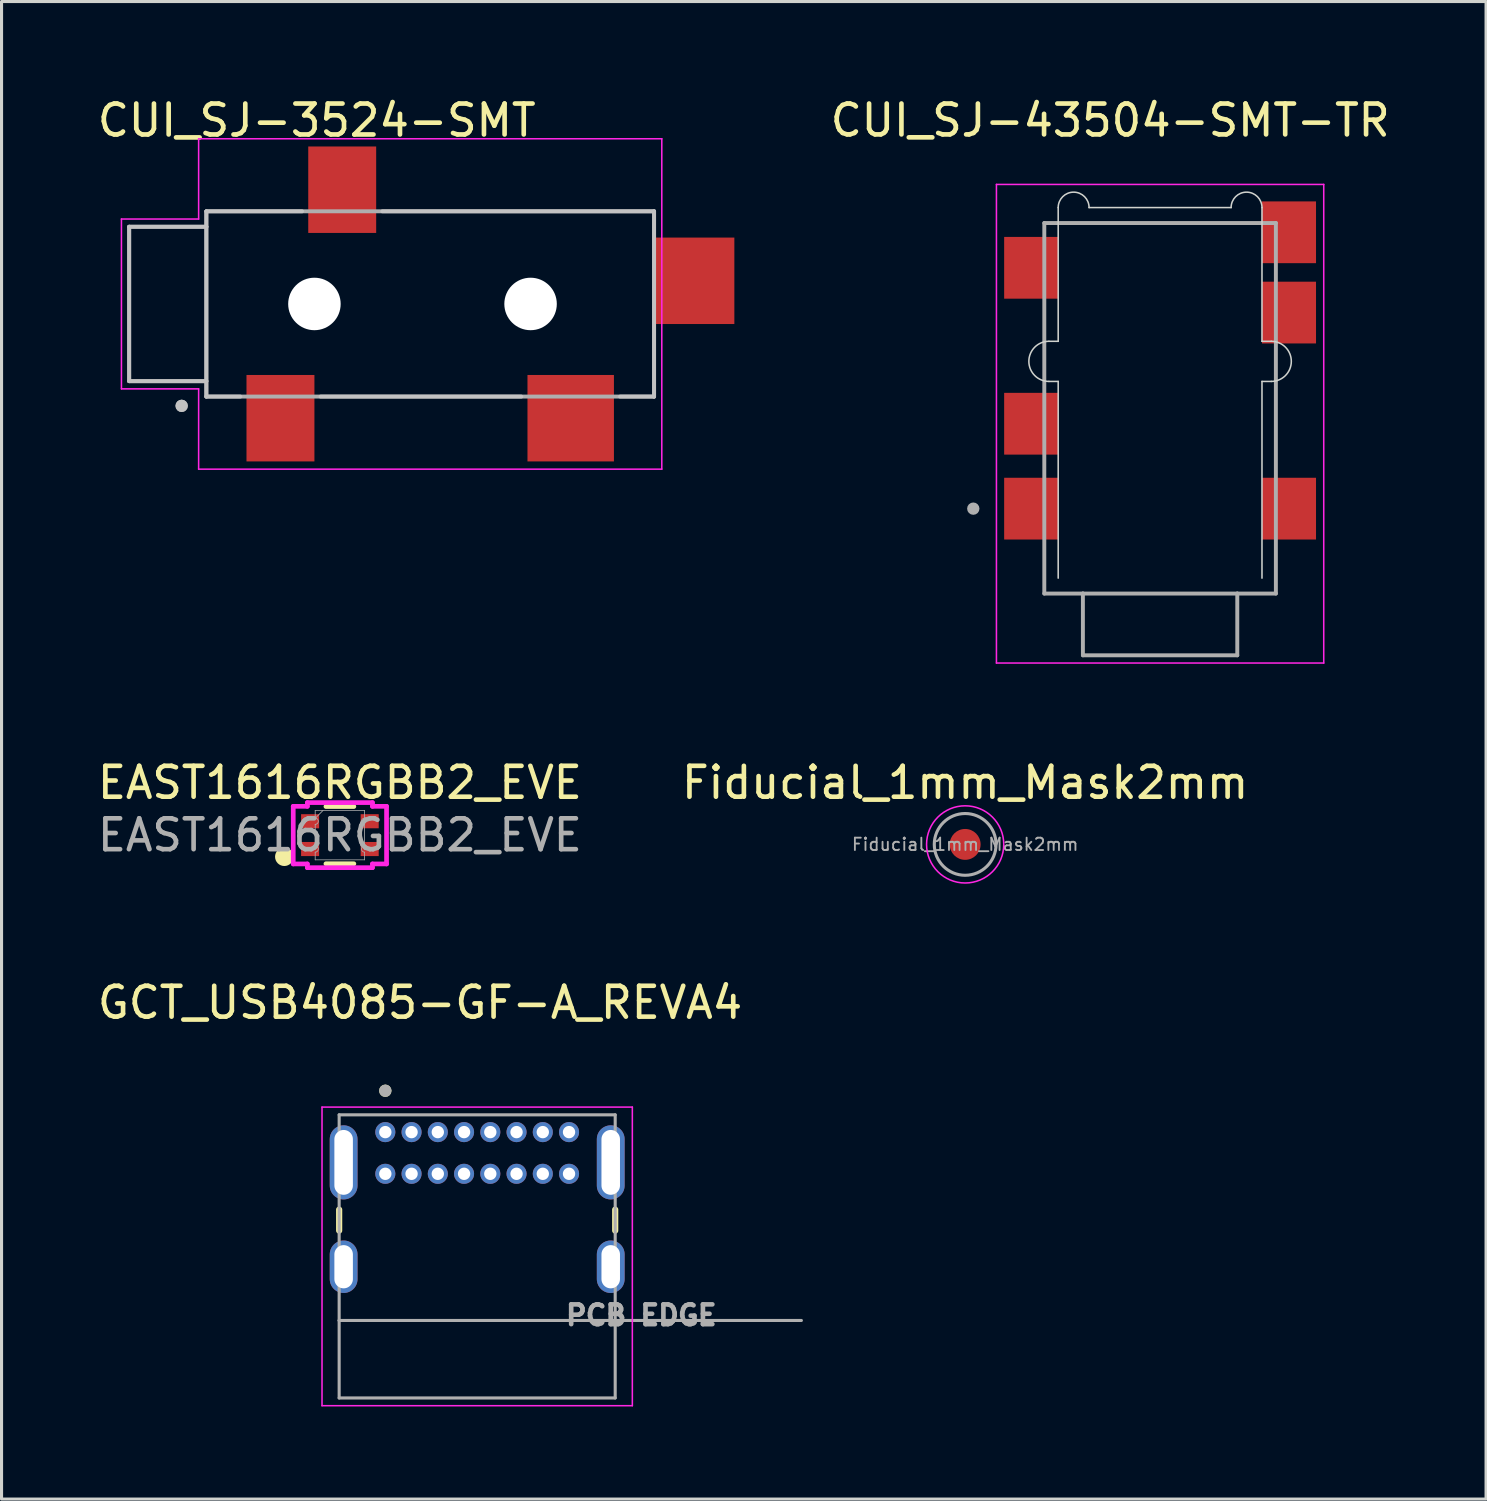
<source format=kicad_pcb>
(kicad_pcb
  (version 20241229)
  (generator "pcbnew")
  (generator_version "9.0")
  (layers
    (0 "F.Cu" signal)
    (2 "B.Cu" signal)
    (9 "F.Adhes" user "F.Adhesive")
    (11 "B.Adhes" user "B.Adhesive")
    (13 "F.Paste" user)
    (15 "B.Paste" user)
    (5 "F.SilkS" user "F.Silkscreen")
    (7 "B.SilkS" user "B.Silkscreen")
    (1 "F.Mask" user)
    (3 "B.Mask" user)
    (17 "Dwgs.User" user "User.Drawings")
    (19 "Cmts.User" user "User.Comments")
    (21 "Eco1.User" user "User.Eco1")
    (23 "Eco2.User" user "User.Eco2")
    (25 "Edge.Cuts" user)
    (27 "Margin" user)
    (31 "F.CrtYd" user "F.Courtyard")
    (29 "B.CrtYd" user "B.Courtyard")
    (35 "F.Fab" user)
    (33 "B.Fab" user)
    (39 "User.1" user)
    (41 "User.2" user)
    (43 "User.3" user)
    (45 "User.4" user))
  (footprint "Fiducial_1mm_Mask2mm"
    (layer "F.Cu")
    (at 28.208 24.297)
    (property "Reference" "Fiducial_1mm_Mask2mm" (at 0 -2 0) (layer "F.SilkS") (effects (font (size 1 1) (thickness 0.15))))
    (attr smd)
    (fp_circle (center 0 0) (end 1.25 0) (stroke (width 0.05) (type solid)) (fill no) (layer "F.CrtYd"))
    (fp_circle (center 0 0) (end 1 0) (stroke (width 0.1) (type solid)) (fill no) (layer "F.Fab"))
    (fp_text user "${REFERENCE}" (at 0 0 0) (layer "F.Fab") (effects (font (size 0.4 0.4) (thickness 0.06))))
    (pad "" smd circle (at 0 0) (size 1 1) (layers "F.Cu" "F.Mask")))
  (footprint "GCT_USB4085-GF-A_REVA4"
    (layer "F.Cu")
    (at 12.404 37.975)
    (property "Reference" "GCT_USB4085-GF-A_REVA4" (at -1.85 -8.555 0) (layer "F.SilkS") (effects (font (size 1 1) (thickness 0.15))))
    (attr through_hole)
    (fp_line (start -4.47 -1.85) (end -4.47 -1.17) (stroke (width 0.2) (type solid)) (layer "F.SilkS"))
    (fp_line (start 4.47 -1.85) (end 4.47 -1.17) (stroke (width 0.2) (type solid)) (layer "F.SilkS"))
    (fp_circle (center -2.975 -5.7) (end -2.875 -5.7) (stroke (width 0.2) (type solid)) (fill no) (layer "F.SilkS"))
    (fp_line (start -5.025 -5.17) (end 5.025 -5.17) (stroke (width 0.05) (type solid)) (layer "F.CrtYd"))
    (fp_line (start -5.025 4.5) (end -5.025 -5.17) (stroke (width 0.05) (type solid)) (layer "F.CrtYd"))
    (fp_line (start 5.025 -5.17) (end 5.025 4.5) (stroke (width 0.05) (type solid)) (layer "F.CrtYd"))
    (fp_line (start 5.025 4.5) (end -5.025 4.5) (stroke (width 0.05) (type solid)) (layer "F.CrtYd"))
    (fp_line (start -4.47 -4.92) (end 4.47 -4.92) (stroke (width 0.1) (type solid)) (layer "F.Fab"))
    (fp_line (start -4.47 1.74) (end -4.47 -4.92) (stroke (width 0.1) (type solid)) (layer "F.Fab"))
    (fp_line (start -4.47 1.74) (end 10.5 1.74) (stroke (width 0.1) (type solid)) (layer "F.Fab"))
    (fp_line (start -4.47 4.25) (end -4.47 1.74) (stroke (width 0.1) (type solid)) (layer "F.Fab"))
    (fp_line (start 4.47 -4.92) (end 4.47 4.25) (stroke (width 0.1) (type solid)) (layer "F.Fab"))
    (fp_line (start 4.47 4.25) (end -4.47 4.25) (stroke (width 0.1) (type solid)) (layer "F.Fab"))
    (fp_circle (center -2.975 -5.7) (end -2.875 -5.7) (stroke (width 0.2) (type solid)) (fill no) (layer "F.Fab"))
    (fp_text user "PCB EDGE" (at 5.315 1.57 0) (layer "F.Fab") (effects (font (size 0.64 0.64) (thickness 0.15))))
    (pad "A1" thru_hole circle (at -2.975 -4.36) (size 0.65 0.65) (drill 0.4) (layers "*.Cu" "*.Mask"))
    (pad "A4" thru_hole circle (at -2.125 -4.36) (size 0.65 0.65) (drill 0.4) (layers "*.Cu" "*.Mask"))
    (pad "A5" thru_hole circle (at -1.275 -4.36) (size 0.65 0.65) (drill 0.4) (layers "*.Cu" "*.Mask"))
    (pad "A6" thru_hole circle (at -0.425 -4.36) (size 0.65 0.65) (drill 0.4) (layers "*.Cu" "*.Mask"))
    (pad "A7" thru_hole circle (at 0.425 -4.36) (size 0.65 0.65) (drill 0.4) (layers "*.Cu" "*.Mask"))
    (pad "A8" thru_hole circle (at 1.275 -4.36) (size 0.65 0.65) (drill 0.4) (layers "*.Cu" "*.Mask"))
    (pad "A9" thru_hole circle (at 2.125 -4.36) (size 0.65 0.65) (drill 0.4) (layers "*.Cu" "*.Mask"))
    (pad "A12" thru_hole circle (at 2.975 -4.36) (size 0.65 0.65) (drill 0.4) (layers "*.Cu" "*.Mask"))
    (pad "B1" thru_hole circle (at 2.975 -3.01) (size 0.65 0.65) (drill 0.4) (layers "*.Cu" "*.Mask"))
    (pad "B4" thru_hole circle (at 2.125 -3.01) (size 0.65 0.65) (drill 0.4) (layers "*.Cu" "*.Mask"))
    (pad "B5" thru_hole circle (at 1.275 -3.01) (size 0.65 0.65) (drill 0.4) (layers "*.Cu" "*.Mask"))
    (pad "B6" thru_hole circle (at 0.425 -3.01) (size 0.65 0.65) (drill 0.4) (layers "*.Cu" "*.Mask"))
    (pad "B7" thru_hole circle (at -0.425 -3.01) (size 0.65 0.65) (drill 0.4) (layers "*.Cu" "*.Mask"))
    (pad "B8" thru_hole circle (at -1.275 -3.01) (size 0.65 0.65) (drill 0.4) (layers "*.Cu" "*.Mask"))
    (pad "B9" thru_hole circle (at -2.125 -3.01) (size 0.65 0.65) (drill 0.4) (layers "*.Cu" "*.Mask"))
    (pad "B12" thru_hole circle (at -2.975 -3.01) (size 0.65 0.65) (drill 0.4) (layers "*.Cu" "*.Mask"))
    (pad "S1" thru_hole oval (at -4.325 -3.38) (size 0.9 2.4) (drill oval 0.6 2.1) (layers "*.Cu" "*.Mask"))
    (pad "S1" thru_hole oval (at -4.325 0) (size 0.9 1.7) (drill oval 0.6 1.4) (layers "*.Cu" "*.Mask"))
    (pad "S1" thru_hole oval (at 4.325 -3.38) (size 0.9 2.4) (drill oval 0.6 2.1) (layers "*.Cu" "*.Mask"))
    (pad "S1" thru_hole oval (at 4.325 0) (size 0.9 1.7) (drill oval 0.6 1.4) (layers "*.Cu" "*.Mask")))
  (footprint "EAST1616RGBB2_EVE"
    (layer "F.Cu")
    (at 7.958 23.997)
    (property "Reference" "EAST1616RGBB2_EVE" (at 0 -1.7 0) (unlocked yes) (layer "F.SilkS") (effects (font (size 1 1) (thickness 0.15))))
    (attr smd)
    (fp_line (start -0.452 -0.927) (end 0.452 -0.927) (stroke (width 0.152) (type solid)) (layer "F.SilkS"))
    (fp_line (start -0.452 0.927) (end 0.452 0.927) (stroke (width 0.152) (type solid)) (layer "F.SilkS"))
    (fp_circle (center -1.8 0.7) (end -1.8 0.7) (stroke (width 0.3) (type default)) (fill no) (layer "F.SilkS"))
    (fp_line (start -1.511 -0.933) (end -1.054 -0.933) (stroke (width 0.152) (type solid)) (layer "F.CrtYd"))
    (fp_line (start -1.511 0.933) (end -1.511 -0.933) (stroke (width 0.152) (type solid)) (layer "F.CrtYd"))
    (fp_line (start -1.511 0.933) (end -1.054 0.933) (stroke (width 0.152) (type solid)) (layer "F.CrtYd"))
    (fp_line (start -1.054 -1.054) (end 1.054 -1.054) (stroke (width 0.152) (type solid)) (layer "F.CrtYd"))
    (fp_line (start -1.054 -0.933) (end -1.054 -1.054) (stroke (width 0.152) (type solid)) (layer "F.CrtYd"))
    (fp_line (start -1.054 1.054) (end -1.054 0.933) (stroke (width 0.152) (type solid)) (layer "F.CrtYd"))
    (fp_line (start 1.054 -1.054) (end 1.054 -0.933) (stroke (width 0.152) (type solid)) (layer "F.CrtYd"))
    (fp_line (start 1.054 0.933) (end 1.054 1.054) (stroke (width 0.152) (type solid)) (layer "F.CrtYd"))
    (fp_line (start 1.054 1.054) (end -1.054 1.054) (stroke (width 0.152) (type solid)) (layer "F.CrtYd"))
    (fp_line (start 1.511 -0.933) (end 1.054 -0.933) (stroke (width 0.152) (type solid)) (layer "F.CrtYd"))
    (fp_line (start 1.511 -0.933) (end 1.511 0.933) (stroke (width 0.152) (type solid)) (layer "F.CrtYd"))
    (fp_line (start 1.511 0.933) (end 1.054 0.933) (stroke (width 0.152) (type solid)) (layer "F.CrtYd"))
    (fp_line (start -0.8 -0.8) (end 0.8 -0.8) (stroke (width 0.025) (type solid)) (layer "F.Fab"))
    (fp_line (start -0.8 -0.552) (end -0.8 -0.8) (stroke (width 0.025) (type solid)) (layer "F.Fab"))
    (fp_line (start -0.8 -0.348) (end -0.8 0.348) (stroke (width 0.025) (type solid)) (layer "F.Fab"))
    (fp_line (start -0.8 0.552) (end -0.8 0.8) (stroke (width 0.025) (type solid)) (layer "F.Fab"))
    (fp_line (start -0.8 0.8) (end 0.8 0.8) (stroke (width 0.025) (type solid)) (layer "F.Fab"))
    (fp_line (start -0.546 -0.8) (end -0.8 -0.546) (stroke (width 0.025) (type solid)) (layer "F.Fab"))
    (fp_line (start 0.8 -0.552) (end 0.8 -0.8) (stroke (width 0.025) (type solid)) (layer "F.Fab"))
    (fp_line (start 0.8 -0.348) (end 0.8 0.348) (stroke (width 0.025) (type solid)) (layer "F.Fab"))
    (fp_line (start 0.8 0.552) (end 0.8 0.8) (stroke (width 0.025) (type solid)) (layer "F.Fab"))
    (fp_arc (start -0.8001 -0.551599) (mid -0.6985 -0.449999) (end -0.8001 -0.348399) (stroke (width 0.0254) (type solid)) (layer "F.Fab"))
    (fp_arc (start -0.8001 0.348399) (mid -0.6985 0.449999) (end -0.8001 0.551599) (stroke (width 0.0254) (type solid)) (layer "F.Fab"))
    (fp_arc (start 0.8001 -0.348399) (mid 0.6985 -0.449999) (end 0.8001 -0.551599) (stroke (width 0.0254) (type solid)) (layer "F.Fab"))
    (fp_arc (start 0.8001 0.551599) (mid 0.6985 0.449999) (end 0.8001 0.348399) (stroke (width 0.0254) (type solid)) (layer "F.Fab"))
    (fp_text user "${REFERENCE}" (at 0 0 0) (unlocked yes) (layer "F.Fab") (effects (font (size 1 1) (thickness 0.15))))
    (pad "1" smd rect (at -0.965 0.45) (size 0.584 0.457) (layers "F.Cu" "F.Mask" "F.Paste"))
    (pad "2" smd rect (at -0.965 -0.45) (size 0.584 0.457) (layers "F.Cu" "F.Mask" "F.Paste"))
    (pad "3" smd rect (at 0.965 -0.45) (size 0.584 0.457) (layers "F.Cu" "F.Mask" "F.Paste"))
    (pad "4" smd rect (at 0.965 0.45) (size 0.584 0.457) (layers "F.Cu" "F.Mask" "F.Paste")))
  (footprint "CUI_SJ-3524-SMT"
    (layer "F.Cu")
    (at 7.133 6.794)
    (property "Reference" "CUI_SJ-3524-SMT" (at 0.075 -5.945 0) (layer "F.SilkS") (effects (font (size 1.002 1.002) (thickness 0.15))))
    (attr smd)
    (fp_line (start -6 -2.5) (end -6 2.5) (stroke (width 0.127) (type solid)) (layer "Dwgs.User"))
    (fp_line (start -6 2.5) (end -3.5 2.5) (stroke (width 0.127) (type solid)) (layer "Dwgs.User"))
    (fp_line (start -3.5 -3) (end -0.4 -3) (stroke (width 0.127) (type solid)) (layer "Dwgs.User"))
    (fp_line (start -3.5 -2.5) (end -6 -2.5) (stroke (width 0.127) (type solid)) (layer "Dwgs.User"))
    (fp_line (start -3.5 -2.5) (end -3.5 -3) (stroke (width 0.127) (type solid)) (layer "Dwgs.User"))
    (fp_line (start -3.5 2.5) (end -3.5 -2.5) (stroke (width 0.127) (type solid)) (layer "Dwgs.User"))
    (fp_line (start -3.5 3) (end -3.5 2.5) (stroke (width 0.127) (type solid)) (layer "Dwgs.User"))
    (fp_line (start -3.5 3) (end -2.4 3) (stroke (width 0.127) (type solid)) (layer "Dwgs.User"))
    (fp_line (start 0.2 3) (end 6.7 3) (stroke (width 0.127) (type solid)) (layer "Dwgs.User"))
    (fp_line (start 2.2 -3) (end 11 -3) (stroke (width 0.127) (type solid)) (layer "Dwgs.User"))
    (fp_line (start 9.9 3) (end 11 3) (stroke (width 0.127) (type solid)) (layer "Dwgs.User"))
    (fp_line (start 11 -3) (end 11 3) (stroke (width 0.127) (type solid)) (layer "Dwgs.User"))
    (fp_circle (center -4.3 3.3) (end -4.2 3.3) (stroke (width 0.2) (type solid)) (fill no) (layer "Dwgs.User"))
    (fp_line (start -6.25 -2.75) (end -6.25 2.75) (stroke (width 0.05) (type solid)) (layer "F.CrtYd"))
    (fp_line (start -6.25 2.75) (end -3.75 2.75) (stroke (width 0.05) (type solid)) (layer "F.CrtYd"))
    (fp_line (start -3.75 -5.35) (end -3.75 -2.75) (stroke (width 0.05) (type solid)) (layer "F.CrtYd"))
    (fp_line (start -3.75 -5.35) (end 11.25 -5.35) (stroke (width 0.05) (type solid)) (layer "F.CrtYd"))
    (fp_line (start -3.75 -2.75) (end -6.25 -2.75) (stroke (width 0.05) (type solid)) (layer "F.CrtYd"))
    (fp_line (start -3.75 2.75) (end -3.75 5.35) (stroke (width 0.05) (type solid)) (layer "F.CrtYd"))
    (fp_line (start 11.25 -5.35) (end 11.25 5.35) (stroke (width 0.05) (type solid)) (layer "F.CrtYd"))
    (fp_line (start 11.25 5.35) (end -3.75 5.35) (stroke (width 0.05) (type solid)) (layer "F.CrtYd"))
    (fp_line (start -6 -2.5) (end -6 2.5) (stroke (width 0.127) (type solid)) (layer "F.Fab"))
    (fp_line (start -6 2.5) (end -3.5 2.5) (stroke (width 0.127) (type solid)) (layer "F.Fab"))
    (fp_line (start -3.5 -3) (end 11 -3) (stroke (width 0.127) (type solid)) (layer "F.Fab"))
    (fp_line (start -3.5 -2.5) (end -6 -2.5) (stroke (width 0.127) (type solid)) (layer "F.Fab"))
    (fp_line (start -3.5 3) (end -3.5 -3) (stroke (width 0.127) (type solid)) (layer "F.Fab"))
    (fp_line (start 11 -3) (end 11 3) (stroke (width 0.127) (type solid)) (layer "F.Fab"))
    (fp_line (start 11 3) (end -3.5 3) (stroke (width 0.127) (type solid)) (layer "F.Fab"))
    (fp_circle (center -4.3 3.3) (end -4.2 3.3) (stroke (width 0.2) (type solid)) (fill no) (layer "F.Fab"))
    (pad "" np_thru_hole circle (at 0 0) (size 1.7 1.7) (drill 1.7) (layers "*.Cu" "*.Mask"))
    (pad "" np_thru_hole circle (at 7 0) (size 1.7 1.7) (drill 1.7) (layers "*.Cu" "*.Mask"))
    (pad "1" smd rect (at -1.1 3.7) (size 2.2 2.8) (layers "F.Cu" "F.Mask" "F.Paste"))
    (pad "2" smd rect (at 8.3 3.7) (size 2.8 2.8) (layers "F.Cu" "F.Mask" "F.Paste"))
    (pad "3" smd rect (at 0.9 -3.7) (size 2.2 2.8) (layers "F.Cu" "F.Mask" "F.Paste"))
    (pad "4" smd rect (at 12.3 -0.75) (size 2.6 2.8) (layers "F.Cu" "F.Mask" "F.Paste")))
  (footprint "CUI_SJ-43504-SMT-TR"
    (layer "F.Cu")
    (at 30.346 13.423)
    (property "Reference" "CUI_SJ-43504-SMT-TR" (at 2.56 -12.575 0) (layer "F.SilkS") (effects (font (size 1 1) (thickness 0.15))))
    (attr smd)
    (fp_line (start 0.575 -5.42) (end 0.875 -5.42) (stroke (width 0.05) (type solid)) (layer "Edge.Cuts"))
    (fp_line (start 0.875 -9.75) (end 0.875 -5.42) (stroke (width 0.05) (type solid)) (layer "Edge.Cuts"))
    (fp_line (start 0.875 -4.12) (end 0.575 -4.12) (stroke (width 0.05) (type solid)) (layer "Edge.Cuts"))
    (fp_line (start 0.875 2.25) (end 0.875 -4.12) (stroke (width 0.05) (type solid)) (layer "Edge.Cuts"))
    (fp_line (start 6.475 -9.75) (end 1.875 -9.75) (stroke (width 0.05) (type solid)) (layer "Edge.Cuts"))
    (fp_line (start 7.475 -9.75) (end 7.475 -5.42) (stroke (width 0.05) (type solid)) (layer "Edge.Cuts"))
    (fp_line (start 7.475 -5.42) (end 7.775 -5.42) (stroke (width 0.05) (type solid)) (layer "Edge.Cuts"))
    (fp_line (start 7.475 -4.12) (end 7.475 2.25) (stroke (width 0.05) (type solid)) (layer "Edge.Cuts"))
    (fp_line (start 7.775 -4.12) (end 7.475 -4.12) (stroke (width 0.05) (type solid)) (layer "Edge.Cuts"))
    (fp_arc (start 0.575 -4.12) (mid -0.075 -4.77) (end 0.575 -5.42) (stroke (width 0.05) (type solid)) (layer "Edge.Cuts"))
    (fp_arc (start 0.875 -9.75) (mid 1.375 -10.25) (end 1.875 -9.75) (stroke (width 0.05) (type solid)) (layer "Edge.Cuts"))
    (fp_arc (start 6.475 -9.75) (mid 6.975 -10.25) (end 7.475 -9.75) (stroke (width 0.05) (type solid)) (layer "Edge.Cuts"))
    (fp_arc (start 7.775 -5.42) (mid 8.425 -4.77) (end 7.775 -4.12) (stroke (width 0.05) (type solid)) (layer "Edge.Cuts"))
    (fp_line (start -1.125 -10.5) (end -1.125 5) (stroke (width 0.05) (type solid)) (layer "F.CrtYd"))
    (fp_line (start -1.125 5) (end 9.475 5) (stroke (width 0.05) (type solid)) (layer "F.CrtYd"))
    (fp_line (start 9.475 -10.5) (end -1.125 -10.5) (stroke (width 0.05) (type solid)) (layer "F.CrtYd"))
    (fp_line (start 9.475 5) (end 9.475 -10.5) (stroke (width 0.05) (type solid)) (layer "F.CrtYd"))
    (fp_line (start 0.425 2.75) (end 0.425 -9.25) (stroke (width 0.127) (type solid)) (layer "F.Fab"))
    (fp_line (start 1.675 2.75) (end 0.425 2.75) (stroke (width 0.127) (type solid)) (layer "F.Fab"))
    (fp_line (start 1.675 4.75) (end 1.675 2.75) (stroke (width 0.127) (type solid)) (layer "F.Fab"))
    (fp_line (start 6.675 2.75) (end 1.675 2.75) (stroke (width 0.127) (type solid)) (layer "F.Fab"))
    (fp_line (start 6.675 4.75) (end 1.675 4.75) (stroke (width 0.127) (type solid)) (layer "F.Fab"))
    (fp_line (start 6.675 4.75) (end 6.675 2.75) (stroke (width 0.127) (type solid)) (layer "F.Fab"))
    (fp_line (start 7.925 -9.25) (end 0.425 -9.25) (stroke (width 0.127) (type solid)) (layer "F.Fab"))
    (fp_line (start 7.925 -9.25) (end 7.925 2.75) (stroke (width 0.127) (type solid)) (layer "F.Fab"))
    (fp_line (start 7.925 2.75) (end 6.675 2.75) (stroke (width 0.127) (type solid)) (layer "F.Fab"))
    (fp_circle (center -1.875 0) (end -1.775 0) (stroke (width 0.2) (type solid)) (fill no) (layer "F.Fab"))
    (pad "1" smd rect (at 0 0) (size 1.75 2) (layers "F.Cu" "F.Mask" "F.Paste"))
    (pad "2" smd rect (at 8.35 -6.35) (size 1.75 2) (layers "F.Cu" "F.Mask" "F.Paste"))
    (pad "3" smd rect (at 0 -2.75) (size 1.75 2) (layers "F.Cu" "F.Mask" "F.Paste"))
    (pad "4" smd rect (at 8.35 0) (size 1.75 2) (layers "F.Cu" "F.Mask" "F.Paste"))
    (pad "5" smd rect (at 8.35 -8.95) (size 1.75 2) (layers "F.Cu" "F.Mask" "F.Paste"))
    (pad "6" smd rect (at 0 -7.8) (size 1.75 2) (layers "F.Cu" "F.Mask" "F.Paste")))
  (gr_rect
    (start -3 -3)
    (end 45.078 45.5)
    (stroke (width 0.1) (type default))
    (fill no)
    (layer "Edge.Cuts")))
</source>
